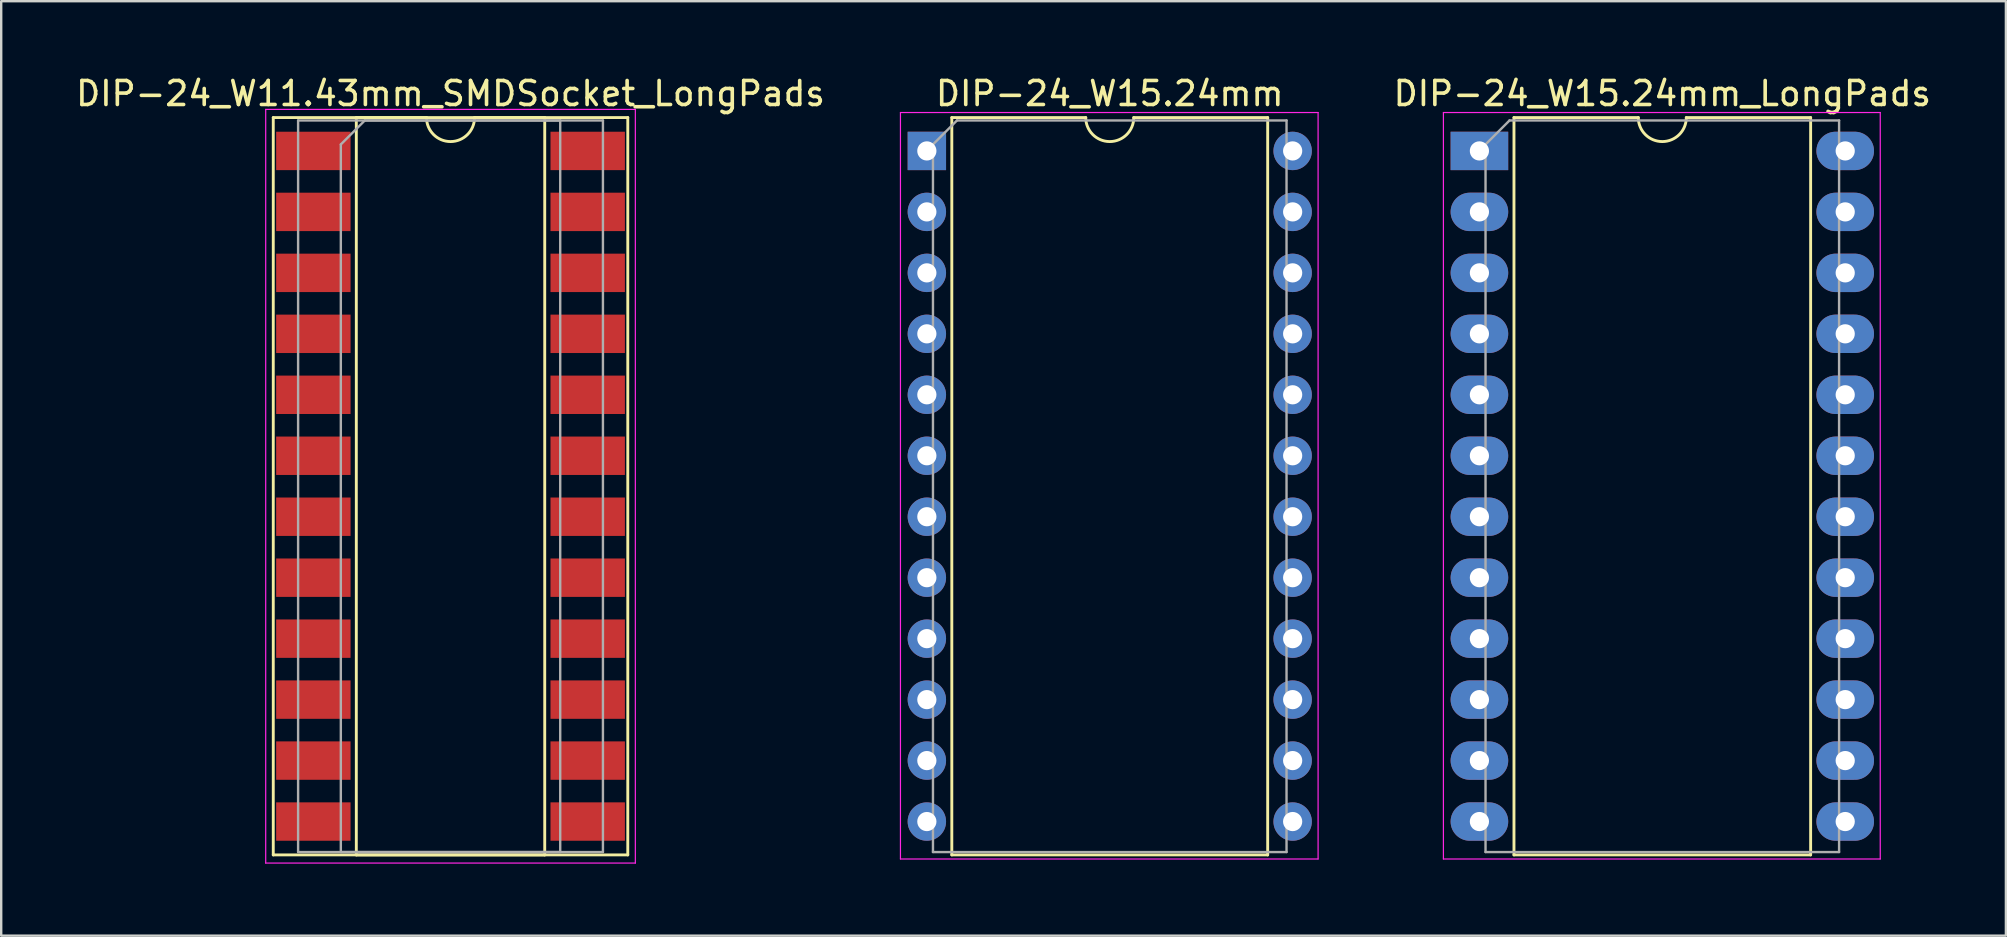
<source format=kicad_pcb>
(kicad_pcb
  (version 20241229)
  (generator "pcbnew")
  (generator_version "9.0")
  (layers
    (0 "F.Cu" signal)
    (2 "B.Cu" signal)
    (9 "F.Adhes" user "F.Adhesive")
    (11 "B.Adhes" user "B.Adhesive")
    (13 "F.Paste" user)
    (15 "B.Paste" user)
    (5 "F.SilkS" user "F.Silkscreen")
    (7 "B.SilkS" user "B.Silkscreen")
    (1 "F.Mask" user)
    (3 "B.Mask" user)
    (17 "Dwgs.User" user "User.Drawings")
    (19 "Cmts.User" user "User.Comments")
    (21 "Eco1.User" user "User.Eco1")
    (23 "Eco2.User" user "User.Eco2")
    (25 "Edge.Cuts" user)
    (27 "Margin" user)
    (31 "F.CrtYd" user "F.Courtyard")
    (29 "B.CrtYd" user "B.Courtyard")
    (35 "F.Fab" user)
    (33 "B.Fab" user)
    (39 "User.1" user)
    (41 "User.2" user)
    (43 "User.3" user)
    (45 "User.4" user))
  (footprint "DIP-24_W11.43mm_SMDSocket_LongPads"
    (layer "F.Cu")
    (at 15.72 17.208)
    (property "Reference" "DIP-24_W11.43mm_SMDSocket_LongPads" (at 0 -16.36 0) (layer "F.SilkS") (effects (font (size 1 1) (thickness 0.15))))
    (attr smd)
    (fp_line (start -7.385 -15.36) (end -7.385 15.36) (stroke (width 0.12) (type solid)) (layer "F.SilkS"))
    (fp_line (start -7.385 15.36) (end 7.385 15.36) (stroke (width 0.12) (type solid)) (layer "F.SilkS"))
    (fp_line (start -3.925 -15.36) (end -3.925 15.36) (stroke (width 0.12) (type solid)) (layer "F.SilkS"))
    (fp_line (start -3.925 15.36) (end 3.925 15.36) (stroke (width 0.12) (type solid)) (layer "F.SilkS"))
    (fp_line (start -1 -15.36) (end -3.925 -15.36) (stroke (width 0.12) (type solid)) (layer "F.SilkS"))
    (fp_line (start 3.925 -15.36) (end 1 -15.36) (stroke (width 0.12) (type solid)) (layer "F.SilkS"))
    (fp_line (start 3.925 15.36) (end 3.925 -15.36) (stroke (width 0.12) (type solid)) (layer "F.SilkS"))
    (fp_line (start 7.385 -15.36) (end -7.385 -15.36) (stroke (width 0.12) (type solid)) (layer "F.SilkS"))
    (fp_line (start 7.385 15.36) (end 7.385 -15.36) (stroke (width 0.12) (type solid)) (layer "F.SilkS"))
    (fp_arc (start 1 -15.36) (mid 0 -14.36) (end -1 -15.36) (stroke (width 0.12) (type solid)) (layer "F.SilkS"))
    (fp_line (start -7.7 -15.7) (end -7.7 15.7) (stroke (width 0.05) (type solid)) (layer "F.CrtYd"))
    (fp_line (start -7.7 15.7) (end 7.7 15.7) (stroke (width 0.05) (type solid)) (layer "F.CrtYd"))
    (fp_line (start 7.7 -15.7) (end -7.7 -15.7) (stroke (width 0.05) (type solid)) (layer "F.CrtYd"))
    (fp_line (start 7.7 15.7) (end 7.7 -15.7) (stroke (width 0.05) (type solid)) (layer "F.CrtYd"))
    (fp_line (start -6.35 -15.24) (end -6.35 15.24) (stroke (width 0.1) (type solid)) (layer "F.Fab"))
    (fp_line (start -6.35 15.24) (end 6.35 15.24) (stroke (width 0.1) (type solid)) (layer "F.Fab"))
    (fp_line (start -4.57 -14.24) (end -3.57 -15.24) (stroke (width 0.1) (type solid)) (layer "F.Fab"))
    (fp_line (start -4.57 15.24) (end -4.57 -14.24) (stroke (width 0.1) (type solid)) (layer "F.Fab"))
    (fp_line (start -3.57 -15.24) (end 4.57 -15.24) (stroke (width 0.1) (type solid)) (layer "F.Fab"))
    (fp_line (start 4.57 -15.24) (end 4.57 15.24) (stroke (width 0.1) (type solid)) (layer "F.Fab"))
    (fp_line (start 4.57 15.24) (end -4.57 15.24) (stroke (width 0.1) (type solid)) (layer "F.Fab"))
    (fp_line (start 6.35 -15.24) (end -6.35 -15.24) (stroke (width 0.1) (type solid)) (layer "F.Fab"))
    (fp_line (start 6.35 15.24) (end 6.35 -15.24) (stroke (width 0.1) (type solid)) (layer "F.Fab"))
    (pad "1" smd rect (at -5.715 -13.97) (size 3.1 1.6) (layers "F.Cu" "F.Mask"))
    (pad "2" smd rect (at -5.715 -11.43) (size 3.1 1.6) (layers "F.Cu" "F.Mask"))
    (pad "3" smd rect (at -5.715 -8.89) (size 3.1 1.6) (layers "F.Cu" "F.Mask"))
    (pad "4" smd rect (at -5.715 -6.35) (size 3.1 1.6) (layers "F.Cu" "F.Mask"))
    (pad "5" smd rect (at -5.715 -3.81) (size 3.1 1.6) (layers "F.Cu" "F.Mask"))
    (pad "6" smd rect (at -5.715 -1.27) (size 3.1 1.6) (layers "F.Cu" "F.Mask"))
    (pad "7" smd rect (at -5.715 1.27) (size 3.1 1.6) (layers "F.Cu" "F.Mask"))
    (pad "8" smd rect (at -5.715 3.81) (size 3.1 1.6) (layers "F.Cu" "F.Mask"))
    (pad "9" smd rect (at -5.715 6.35) (size 3.1 1.6) (layers "F.Cu" "F.Mask"))
    (pad "10" smd rect (at -5.715 8.89) (size 3.1 1.6) (layers "F.Cu" "F.Mask"))
    (pad "11" smd rect (at -5.715 11.43) (size 3.1 1.6) (layers "F.Cu" "F.Mask"))
    (pad "12" smd rect (at -5.715 13.97) (size 3.1 1.6) (layers "F.Cu" "F.Mask"))
    (pad "13" smd rect (at 5.715 13.97) (size 3.1 1.6) (layers "F.Cu" "F.Mask"))
    (pad "14" smd rect (at 5.715 11.43) (size 3.1 1.6) (layers "F.Cu" "F.Mask"))
    (pad "15" smd rect (at 5.715 8.89) (size 3.1 1.6) (layers "F.Cu" "F.Mask"))
    (pad "16" smd rect (at 5.715 6.35) (size 3.1 1.6) (layers "F.Cu" "F.Mask"))
    (pad "17" smd rect (at 5.715 3.81) (size 3.1 1.6) (layers "F.Cu" "F.Mask"))
    (pad "18" smd rect (at 5.715 1.27) (size 3.1 1.6) (layers "F.Cu" "F.Mask"))
    (pad "19" smd rect (at 5.715 -1.27) (size 3.1 1.6) (layers "F.Cu" "F.Mask"))
    (pad "20" smd rect (at 5.715 -3.81) (size 3.1 1.6) (layers "F.Cu" "F.Mask"))
    (pad "21" smd rect (at 5.715 -6.35) (size 3.1 1.6) (layers "F.Cu" "F.Mask"))
    (pad "22" smd rect (at 5.715 -8.89) (size 3.1 1.6) (layers "F.Cu" "F.Mask"))
    (pad "23" smd rect (at 5.715 -11.43) (size 3.1 1.6) (layers "F.Cu" "F.Mask"))
    (pad "24" smd rect (at 5.715 -13.97) (size 3.1 1.6) (layers "F.Cu" "F.Mask")))
  (footprint "DIP-24_W15.24mm_LongPads"
    (layer "F.Cu")
    (at 58.586 3.238)
    (property "Reference" "DIP-24_W15.24mm_LongPads" (at 7.62 -2.39 0) (layer "F.SilkS") (effects (font (size 1 1) (thickness 0.15))))
    (attr through_hole)
    (fp_line (start 1.44 -1.39) (end 1.44 29.33) (stroke (width 0.12) (type solid)) (layer "F.SilkS"))
    (fp_line (start 1.44 29.33) (end 13.8 29.33) (stroke (width 0.12) (type solid)) (layer "F.SilkS"))
    (fp_line (start 6.62 -1.39) (end 1.44 -1.39) (stroke (width 0.12) (type solid)) (layer "F.SilkS"))
    (fp_line (start 13.8 -1.39) (end 8.62 -1.39) (stroke (width 0.12) (type solid)) (layer "F.SilkS"))
    (fp_line (start 13.8 29.33) (end 13.8 -1.39) (stroke (width 0.12) (type solid)) (layer "F.SilkS"))
    (fp_arc (start 8.62 -1.39) (mid 7.62 -0.39) (end 6.62 -1.39) (stroke (width 0.12) (type solid)) (layer "F.SilkS"))
    (fp_line (start -1.5 -1.6) (end -1.5 29.5) (stroke (width 0.05) (type solid)) (layer "F.CrtYd"))
    (fp_line (start -1.5 29.5) (end 16.7 29.5) (stroke (width 0.05) (type solid)) (layer "F.CrtYd"))
    (fp_line (start 16.7 -1.6) (end -1.5 -1.6) (stroke (width 0.05) (type solid)) (layer "F.CrtYd"))
    (fp_line (start 16.7 29.5) (end 16.7 -1.6) (stroke (width 0.05) (type solid)) (layer "F.CrtYd"))
    (fp_line (start 0.255 -0.27) (end 1.255 -1.27) (stroke (width 0.1) (type solid)) (layer "F.Fab"))
    (fp_line (start 0.255 29.21) (end 0.255 -0.27) (stroke (width 0.1) (type solid)) (layer "F.Fab"))
    (fp_line (start 1.255 -1.27) (end 14.985 -1.27) (stroke (width 0.1) (type solid)) (layer "F.Fab"))
    (fp_line (start 14.985 -1.27) (end 14.985 29.21) (stroke (width 0.1) (type solid)) (layer "F.Fab"))
    (fp_line (start 14.985 29.21) (end 0.255 29.21) (stroke (width 0.1) (type solid)) (layer "F.Fab"))
    (pad "1" thru_hole rect (at 0 0) (size 2.4 1.6) (drill 0.8) (layers "*.Cu" "*.Mask"))
    (pad "2" thru_hole oval (at 0 2.54) (size 2.4 1.6) (drill 0.8) (layers "*.Cu" "*.Mask"))
    (pad "3" thru_hole oval (at 0 5.08) (size 2.4 1.6) (drill 0.8) (layers "*.Cu" "*.Mask"))
    (pad "4" thru_hole oval (at 0 7.62) (size 2.4 1.6) (drill 0.8) (layers "*.Cu" "*.Mask"))
    (pad "5" thru_hole oval (at 0 10.16) (size 2.4 1.6) (drill 0.8) (layers "*.Cu" "*.Mask"))
    (pad "6" thru_hole oval (at 0 12.7) (size 2.4 1.6) (drill 0.8) (layers "*.Cu" "*.Mask"))
    (pad "7" thru_hole oval (at 0 15.24) (size 2.4 1.6) (drill 0.8) (layers "*.Cu" "*.Mask"))
    (pad "8" thru_hole oval (at 0 17.78) (size 2.4 1.6) (drill 0.8) (layers "*.Cu" "*.Mask"))
    (pad "9" thru_hole oval (at 0 20.32) (size 2.4 1.6) (drill 0.8) (layers "*.Cu" "*.Mask"))
    (pad "10" thru_hole oval (at 0 22.86) (size 2.4 1.6) (drill 0.8) (layers "*.Cu" "*.Mask"))
    (pad "11" thru_hole oval (at 0 25.4) (size 2.4 1.6) (drill 0.8) (layers "*.Cu" "*.Mask"))
    (pad "12" thru_hole oval (at 0 27.94) (size 2.4 1.6) (drill 0.8) (layers "*.Cu" "*.Mask"))
    (pad "13" thru_hole oval (at 15.24 27.94) (size 2.4 1.6) (drill 0.8) (layers "*.Cu" "*.Mask"))
    (pad "14" thru_hole oval (at 15.24 25.4) (size 2.4 1.6) (drill 0.8) (layers "*.Cu" "*.Mask"))
    (pad "15" thru_hole oval (at 15.24 22.86) (size 2.4 1.6) (drill 0.8) (layers "*.Cu" "*.Mask"))
    (pad "16" thru_hole oval (at 15.24 20.32) (size 2.4 1.6) (drill 0.8) (layers "*.Cu" "*.Mask"))
    (pad "17" thru_hole oval (at 15.24 17.78) (size 2.4 1.6) (drill 0.8) (layers "*.Cu" "*.Mask"))
    (pad "18" thru_hole oval (at 15.24 15.24) (size 2.4 1.6) (drill 0.8) (layers "*.Cu" "*.Mask"))
    (pad "19" thru_hole oval (at 15.24 12.7) (size 2.4 1.6) (drill 0.8) (layers "*.Cu" "*.Mask"))
    (pad "20" thru_hole oval (at 15.24 10.16) (size 2.4 1.6) (drill 0.8) (layers "*.Cu" "*.Mask"))
    (pad "21" thru_hole oval (at 15.24 7.62) (size 2.4 1.6) (drill 0.8) (layers "*.Cu" "*.Mask"))
    (pad "22" thru_hole oval (at 15.24 5.08) (size 2.4 1.6) (drill 0.8) (layers "*.Cu" "*.Mask"))
    (pad "23" thru_hole oval (at 15.24 2.54) (size 2.4 1.6) (drill 0.8) (layers "*.Cu" "*.Mask"))
    (pad "24" thru_hole oval (at 15.24 0) (size 2.4 1.6) (drill 0.8) (layers "*.Cu" "*.Mask")))
  (footprint "DIP-24_W15.24mm"
    (layer "F.Cu")
    (at 35.565 3.238)
    (property "Reference" "DIP-24_W15.24mm" (at 7.62 -2.39 0) (layer "F.SilkS") (effects (font (size 1 1) (thickness 0.15))))
    (attr through_hole)
    (fp_line (start 1.04 -1.39) (end 1.04 29.33) (stroke (width 0.12) (type solid)) (layer "F.SilkS"))
    (fp_line (start 1.04 29.33) (end 14.2 29.33) (stroke (width 0.12) (type solid)) (layer "F.SilkS"))
    (fp_line (start 6.62 -1.39) (end 1.04 -1.39) (stroke (width 0.12) (type solid)) (layer "F.SilkS"))
    (fp_line (start 14.2 -1.39) (end 8.62 -1.39) (stroke (width 0.12) (type solid)) (layer "F.SilkS"))
    (fp_line (start 14.2 29.33) (end 14.2 -1.39) (stroke (width 0.12) (type solid)) (layer "F.SilkS"))
    (fp_arc (start 8.62 -1.39) (mid 7.62 -0.39) (end 6.62 -1.39) (stroke (width 0.12) (type solid)) (layer "F.SilkS"))
    (fp_line (start -1.1 -1.6) (end -1.1 29.5) (stroke (width 0.05) (type solid)) (layer "F.CrtYd"))
    (fp_line (start -1.1 29.5) (end 16.3 29.5) (stroke (width 0.05) (type solid)) (layer "F.CrtYd"))
    (fp_line (start 16.3 -1.6) (end -1.1 -1.6) (stroke (width 0.05) (type solid)) (layer "F.CrtYd"))
    (fp_line (start 16.3 29.5) (end 16.3 -1.6) (stroke (width 0.05) (type solid)) (layer "F.CrtYd"))
    (fp_line (start 0.255 -0.27) (end 1.255 -1.27) (stroke (width 0.1) (type solid)) (layer "F.Fab"))
    (fp_line (start 0.255 29.21) (end 0.255 -0.27) (stroke (width 0.1) (type solid)) (layer "F.Fab"))
    (fp_line (start 1.255 -1.27) (end 14.985 -1.27) (stroke (width 0.1) (type solid)) (layer "F.Fab"))
    (fp_line (start 14.985 -1.27) (end 14.985 29.21) (stroke (width 0.1) (type solid)) (layer "F.Fab"))
    (fp_line (start 14.985 29.21) (end 0.255 29.21) (stroke (width 0.1) (type solid)) (layer "F.Fab"))
    (pad "1" thru_hole rect (at 0 0) (size 1.6 1.6) (drill 0.8) (layers "*.Cu" "*.Mask"))
    (pad "2" thru_hole oval (at 0 2.54) (size 1.6 1.6) (drill 0.8) (layers "*.Cu" "*.Mask"))
    (pad "3" thru_hole oval (at 0 5.08) (size 1.6 1.6) (drill 0.8) (layers "*.Cu" "*.Mask"))
    (pad "4" thru_hole oval (at 0 7.62) (size 1.6 1.6) (drill 0.8) (layers "*.Cu" "*.Mask"))
    (pad "5" thru_hole oval (at 0 10.16) (size 1.6 1.6) (drill 0.8) (layers "*.Cu" "*.Mask"))
    (pad "6" thru_hole oval (at 0 12.7) (size 1.6 1.6) (drill 0.8) (layers "*.Cu" "*.Mask"))
    (pad "7" thru_hole oval (at 0 15.24) (size 1.6 1.6) (drill 0.8) (layers "*.Cu" "*.Mask"))
    (pad "8" thru_hole oval (at 0 17.78) (size 1.6 1.6) (drill 0.8) (layers "*.Cu" "*.Mask"))
    (pad "9" thru_hole oval (at 0 20.32) (size 1.6 1.6) (drill 0.8) (layers "*.Cu" "*.Mask"))
    (pad "10" thru_hole oval (at 0 22.86) (size 1.6 1.6) (drill 0.8) (layers "*.Cu" "*.Mask"))
    (pad "11" thru_hole oval (at 0 25.4) (size 1.6 1.6) (drill 0.8) (layers "*.Cu" "*.Mask"))
    (pad "12" thru_hole oval (at 0 27.94) (size 1.6 1.6) (drill 0.8) (layers "*.Cu" "*.Mask"))
    (pad "13" thru_hole oval (at 15.24 27.94) (size 1.6 1.6) (drill 0.8) (layers "*.Cu" "*.Mask"))
    (pad "14" thru_hole oval (at 15.24 25.4) (size 1.6 1.6) (drill 0.8) (layers "*.Cu" "*.Mask"))
    (pad "15" thru_hole oval (at 15.24 22.86) (size 1.6 1.6) (drill 0.8) (layers "*.Cu" "*.Mask"))
    (pad "16" thru_hole oval (at 15.24 20.32) (size 1.6 1.6) (drill 0.8) (layers "*.Cu" "*.Mask"))
    (pad "17" thru_hole oval (at 15.24 17.78) (size 1.6 1.6) (drill 0.8) (layers "*.Cu" "*.Mask"))
    (pad "18" thru_hole oval (at 15.24 15.24) (size 1.6 1.6) (drill 0.8) (layers "*.Cu" "*.Mask"))
    (pad "19" thru_hole oval (at 15.24 12.7) (size 1.6 1.6) (drill 0.8) (layers "*.Cu" "*.Mask"))
    (pad "20" thru_hole oval (at 15.24 10.16) (size 1.6 1.6) (drill 0.8) (layers "*.Cu" "*.Mask"))
    (pad "21" thru_hole oval (at 15.24 7.62) (size 1.6 1.6) (drill 0.8) (layers "*.Cu" "*.Mask"))
    (pad "22" thru_hole oval (at 15.24 5.08) (size 1.6 1.6) (drill 0.8) (layers "*.Cu" "*.Mask"))
    (pad "23" thru_hole oval (at 15.24 2.54) (size 1.6 1.6) (drill 0.8) (layers "*.Cu" "*.Mask"))
    (pad "24" thru_hole oval (at 15.24 0) (size 1.6 1.6) (drill 0.8) (layers "*.Cu" "*.Mask")))
  (gr_rect
    (start -3 -3)
    (end 80.521 35.933)
    (stroke (width 0.1) (type default))
    (fill no)
    (layer "Edge.Cuts")))
</source>
